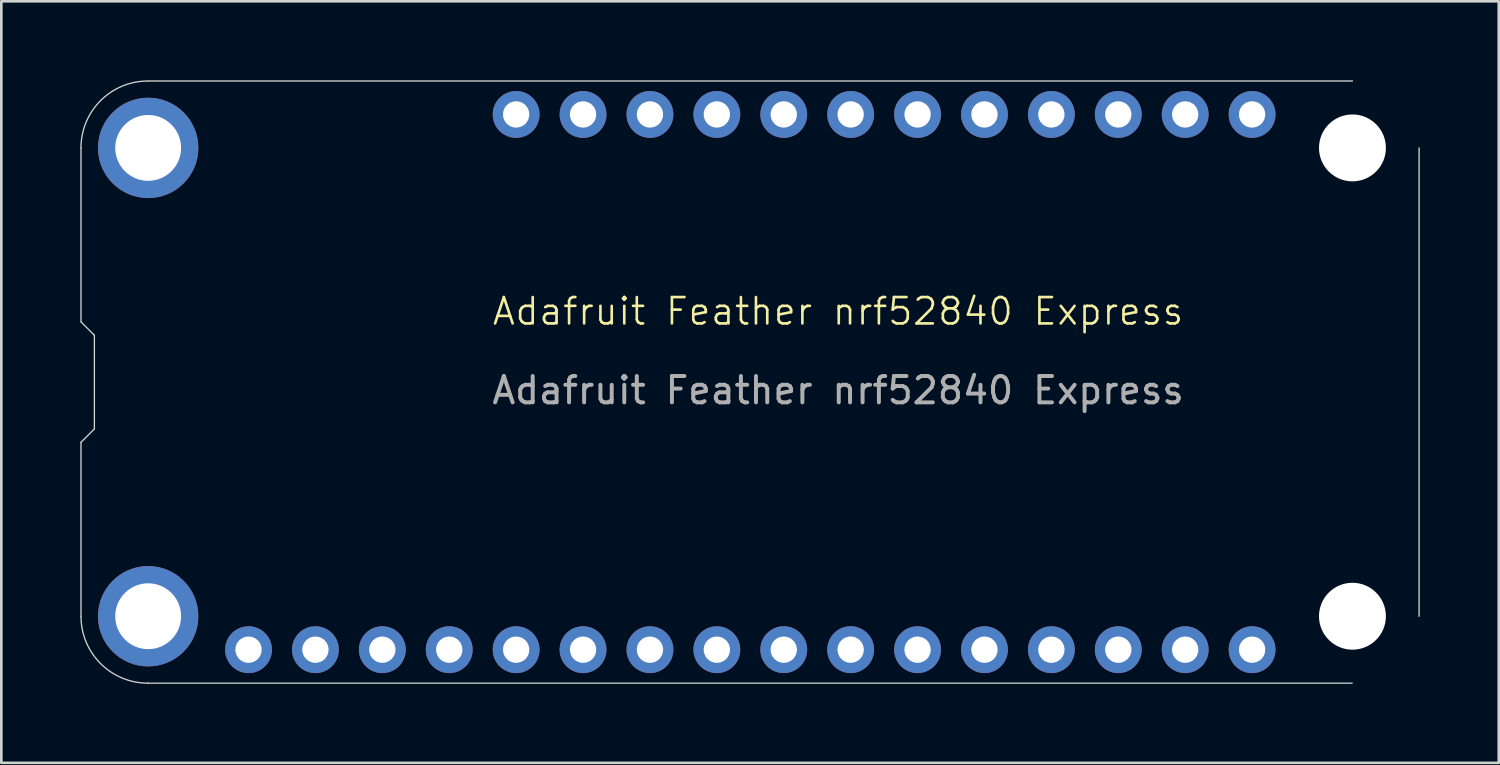
<source format=kicad_pcb>
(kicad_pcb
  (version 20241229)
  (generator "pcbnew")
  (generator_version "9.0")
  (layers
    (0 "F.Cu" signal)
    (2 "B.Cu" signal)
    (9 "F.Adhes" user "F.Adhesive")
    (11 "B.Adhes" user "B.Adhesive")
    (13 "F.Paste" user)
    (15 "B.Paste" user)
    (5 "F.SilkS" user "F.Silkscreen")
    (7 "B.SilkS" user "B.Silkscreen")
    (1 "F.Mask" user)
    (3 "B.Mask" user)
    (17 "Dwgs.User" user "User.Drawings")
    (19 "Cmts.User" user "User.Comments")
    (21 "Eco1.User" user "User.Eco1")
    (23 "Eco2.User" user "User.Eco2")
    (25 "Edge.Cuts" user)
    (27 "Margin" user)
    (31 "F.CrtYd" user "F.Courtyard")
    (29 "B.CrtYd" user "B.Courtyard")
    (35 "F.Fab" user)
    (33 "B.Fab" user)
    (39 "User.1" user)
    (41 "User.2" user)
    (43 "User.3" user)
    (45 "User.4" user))
  (footprint "Adafruit Feather nrf52840 Express"
    (layer "F.Cu")
    (at 27.625 9.795)
    (property "Reference" "Adafruit Feather nrf52840 Express" (at 1.144 -1.025 0) (unlocked yes) (layer "F.SilkS") (effects (font (size 1 1) (thickness 0.1))))
    (attr through_hole)
    (fp_line (start -27.6 -0.625) (end -27.6 -7.229) (stroke (width 0.05) (type solid)) (layer "Edge.Cuts"))
    (fp_line (start -27.6 3.947) (end -27.092 3.439) (stroke (width 0.05) (type solid)) (layer "Edge.Cuts"))
    (fp_line (start -27.6 10.551) (end -27.6 3.947) (stroke (width 0.05) (type solid)) (layer "Edge.Cuts"))
    (fp_line (start -27.092 -0.117) (end -27.6 -0.625) (stroke (width 0.05) (type solid)) (layer "Edge.Cuts"))
    (fp_line (start -27.092 3.439) (end -27.092 -0.117) (stroke (width 0.05) (type solid)) (layer "Edge.Cuts"))
    (fp_line (start -25.05 -9.77) (end 20.67 -9.77) (stroke (width 0.05) (type solid)) (layer "Edge.Cuts"))
    (fp_line (start 20.66 13.091) (end -25.06 13.091) (stroke (width 0.05) (type solid)) (layer "Edge.Cuts"))
    (fp_line (start 23.2 -7.229) (end 23.2 10.551) (stroke (width 0.05) (type solid)) (layer "Edge.Cuts"))
    (fp_arc (start -27.600276 -7.229256) (mid -26.856327 -9.025307) (end -25.060276 -9.769256) (stroke (width 0.05) (type solid)) (layer "Edge.Cuts"))
    (fp_arc (start -25.060276 13.090744) (mid -26.856328 12.346796) (end -27.600276 10.550744) (stroke (width 0.05) (type solid)) (layer "Edge.Cuts"))
    (fp_text user "${REFERENCE}" (at 1.144 1.975 0) (unlocked yes) (layer "F.Fab") (effects (font (size 1 1) (thickness 0.15))))
    (pad "" np_thru_hole circle (at 20.67 -7.23) (size 2.54 2.54) (drill 2.54) (layers "*.Cu" "*.Mask"))
    (pad "" np_thru_hole circle (at 20.67 10.55) (size 2.54 2.54) (drill 2.54) (layers "*.Cu" "*.Mask"))
    (pad "1" thru_hole circle (at -21.24 11.82) (size 1.778 1.778) (drill 1) (layers "*.Cu" "*.Mask"))
    (pad "2" thru_hole circle (at -18.7 11.82) (size 1.778 1.778) (drill 1) (layers "*.Cu" "*.Mask"))
    (pad "3" thru_hole circle (at -16.16 11.82) (size 1.778 1.778) (drill 1) (layers "*.Cu" "*.Mask"))
    (pad "4" thru_hole circle (at -13.62 11.82) (size 1.778 1.778) (drill 1) (layers "*.Cu" "*.Mask"))
    (pad "5" thru_hole circle (at -11.08 11.82) (size 1.778 1.778) (drill 1) (layers "*.Cu" "*.Mask"))
    (pad "6" thru_hole circle (at -8.54 11.82) (size 1.778 1.778) (drill 1) (layers "*.Cu" "*.Mask"))
    (pad "7" thru_hole circle (at -6 11.82) (size 1.778 1.778) (drill 1) (layers "*.Cu" "*.Mask"))
    (pad "8" thru_hole circle (at -3.46 11.82) (size 1.778 1.778) (drill 1) (layers "*.Cu" "*.Mask"))
    (pad "9" thru_hole circle (at -0.92 11.82) (size 1.778 1.778) (drill 1) (layers "*.Cu" "*.Mask"))
    (pad "10" thru_hole circle (at 1.62 11.82) (size 1.778 1.778) (drill 1) (layers "*.Cu" "*.Mask"))
    (pad "11" thru_hole circle (at 4.16 11.82) (size 1.778 1.778) (drill 1) (layers "*.Cu" "*.Mask"))
    (pad "12" thru_hole circle (at 6.7 11.82) (size 1.778 1.778) (drill 1) (layers "*.Cu" "*.Mask"))
    (pad "13" thru_hole circle (at 9.24 11.82) (size 1.778 1.778) (drill 1) (layers "*.Cu" "*.Mask"))
    (pad "14" thru_hole circle (at 11.78 11.82) (size 1.778 1.778) (drill 1) (layers "*.Cu" "*.Mask"))
    (pad "15" thru_hole circle (at 14.32 11.82) (size 1.778 1.778) (drill 1) (layers "*.Cu" "*.Mask"))
    (pad "16" thru_hole circle (at 16.86 11.82) (size 1.778 1.778) (drill 1) (layers "*.Cu" "*.Mask"))
    (pad "17" thru_hole circle (at -11.08 -8.5) (size 1.778 1.778) (drill 1) (layers "*.Cu" "*.Mask"))
    (pad "18" thru_hole circle (at -8.54 -8.5) (size 1.778 1.778) (drill 1) (layers "*.Cu" "*.Mask"))
    (pad "19" thru_hole circle (at -6 -8.5) (size 1.778 1.778) (drill 1) (layers "*.Cu" "*.Mask"))
    (pad "20" thru_hole circle (at -3.46 -8.5) (size 1.778 1.778) (drill 1) (layers "*.Cu" "*.Mask"))
    (pad "21" thru_hole circle (at -0.92 -8.5) (size 1.778 1.778) (drill 1) (layers "*.Cu" "*.Mask"))
    (pad "22" thru_hole circle (at 1.62 -8.5) (size 1.778 1.778) (drill 1) (layers "*.Cu" "*.Mask"))
    (pad "23" thru_hole circle (at 4.16 -8.5) (size 1.778 1.778) (drill 1) (layers "*.Cu" "*.Mask"))
    (pad "24" thru_hole circle (at 6.7 -8.5) (size 1.778 1.778) (drill 1) (layers "*.Cu" "*.Mask"))
    (pad "25" thru_hole circle (at 9.24 -8.5) (size 1.778 1.778) (drill 1) (layers "*.Cu" "*.Mask"))
    (pad "26" thru_hole circle (at 11.78 -8.5) (size 1.778 1.778) (drill 1) (layers "*.Cu" "*.Mask"))
    (pad "27" thru_hole circle (at 14.32 -8.5) (size 1.778 1.778) (drill 1) (layers "*.Cu" "*.Mask"))
    (pad "28" thru_hole circle (at 16.86 -8.5) (size 1.778 1.778) (drill 1) (layers "*.Cu" "*.Mask"))
    (pad "P$1" thru_hole circle (at -25.05 -7.23) (size 3.81 3.81) (drill 2.5) (layers "*.Cu" "*.Mask"))
    (pad "P$2" thru_hole circle (at -25.05 10.55) (size 3.81 3.81) (drill 2.5) (layers "*.Cu" "*.Mask")))
  (gr_rect
    (start -3 -3)
    (end 53.85 25.911)
    (stroke (width 0.1) (type default))
    (fill no)
    (layer "Edge.Cuts")))
</source>
